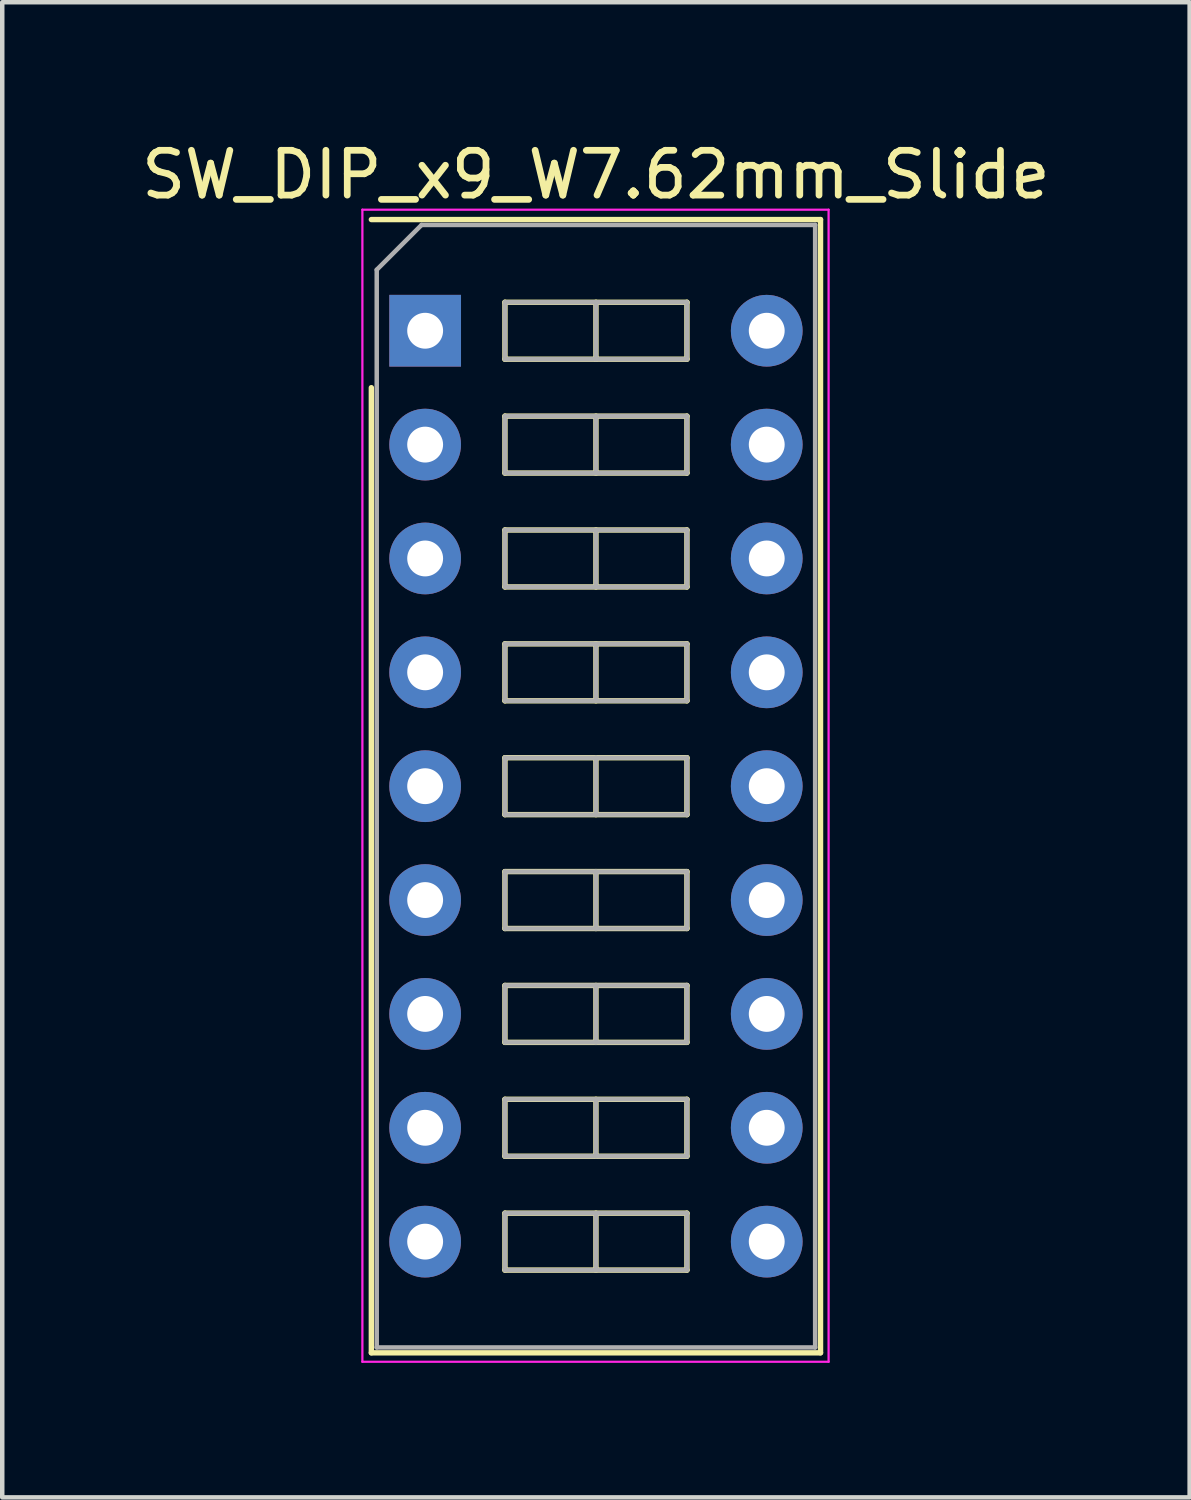
<source format=kicad_pcb>
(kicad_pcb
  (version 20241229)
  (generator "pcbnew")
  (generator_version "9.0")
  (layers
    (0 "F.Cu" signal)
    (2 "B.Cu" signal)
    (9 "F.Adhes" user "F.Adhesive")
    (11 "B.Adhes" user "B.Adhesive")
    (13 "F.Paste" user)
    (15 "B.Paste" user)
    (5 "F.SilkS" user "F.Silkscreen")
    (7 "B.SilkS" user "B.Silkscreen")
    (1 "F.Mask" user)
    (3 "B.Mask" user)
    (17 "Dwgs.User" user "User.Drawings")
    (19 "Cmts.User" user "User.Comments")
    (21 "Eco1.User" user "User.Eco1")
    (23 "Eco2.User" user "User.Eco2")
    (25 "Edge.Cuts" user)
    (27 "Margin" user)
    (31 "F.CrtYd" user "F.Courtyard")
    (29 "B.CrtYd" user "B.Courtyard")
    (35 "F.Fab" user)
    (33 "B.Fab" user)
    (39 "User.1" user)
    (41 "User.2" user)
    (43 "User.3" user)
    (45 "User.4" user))
  (footprint "SW_DIP_x9_W7.62mm_Slide"
    (layer "F.Cu")
    (at 6.434 4.328)
    (property "Reference" "SW_DIP_x9_W7.62mm_Slide" (at 3.81 -3.48 0) (layer "F.SilkS") (effects (font (size 1 1) (thickness 0.15))))
    (attr through_hole)
    (fp_line (start -1.2 -2.48) (end 8.82 -2.48) (stroke (width 0.12) (type solid)) (layer "F.SilkS"))
    (fp_line (start -1.2 22.8) (end -1.2 1.27) (stroke (width 0.12) (type solid)) (layer "F.SilkS"))
    (fp_line (start 1.78 -0.635) (end 1.78 0.635) (stroke (width 0.12) (type solid)) (layer "F.SilkS"))
    (fp_line (start 1.78 0.635) (end 5.84 0.635) (stroke (width 0.12) (type solid)) (layer "F.SilkS"))
    (fp_line (start 1.78 1.905) (end 1.78 3.175) (stroke (width 0.12) (type solid)) (layer "F.SilkS"))
    (fp_line (start 1.78 3.175) (end 5.84 3.175) (stroke (width 0.12) (type solid)) (layer "F.SilkS"))
    (fp_line (start 1.78 4.445) (end 1.78 5.715) (stroke (width 0.12) (type solid)) (layer "F.SilkS"))
    (fp_line (start 1.78 5.715) (end 5.84 5.715) (stroke (width 0.12) (type solid)) (layer "F.SilkS"))
    (fp_line (start 1.78 6.985) (end 1.78 8.255) (stroke (width 0.12) (type solid)) (layer "F.SilkS"))
    (fp_line (start 1.78 8.255) (end 5.84 8.255) (stroke (width 0.12) (type solid)) (layer "F.SilkS"))
    (fp_line (start 1.78 9.525) (end 1.78 10.795) (stroke (width 0.12) (type solid)) (layer "F.SilkS"))
    (fp_line (start 1.78 10.795) (end 5.84 10.795) (stroke (width 0.12) (type solid)) (layer "F.SilkS"))
    (fp_line (start 1.78 12.065) (end 1.78 13.335) (stroke (width 0.12) (type solid)) (layer "F.SilkS"))
    (fp_line (start 1.78 13.335) (end 5.84 13.335) (stroke (width 0.12) (type solid)) (layer "F.SilkS"))
    (fp_line (start 1.78 14.605) (end 1.78 15.875) (stroke (width 0.12) (type solid)) (layer "F.SilkS"))
    (fp_line (start 1.78 15.875) (end 5.84 15.875) (stroke (width 0.12) (type solid)) (layer "F.SilkS"))
    (fp_line (start 1.78 17.145) (end 1.78 18.415) (stroke (width 0.12) (type solid)) (layer "F.SilkS"))
    (fp_line (start 1.78 18.415) (end 5.84 18.415) (stroke (width 0.12) (type solid)) (layer "F.SilkS"))
    (fp_line (start 1.78 19.685) (end 1.78 20.955) (stroke (width 0.12) (type solid)) (layer "F.SilkS"))
    (fp_line (start 1.78 20.955) (end 5.84 20.955) (stroke (width 0.12) (type solid)) (layer "F.SilkS"))
    (fp_line (start 3.81 -0.635) (end 3.81 0.635) (stroke (width 0.12) (type solid)) (layer "F.SilkS"))
    (fp_line (start 3.81 1.905) (end 3.81 3.175) (stroke (width 0.12) (type solid)) (layer "F.SilkS"))
    (fp_line (start 3.81 4.445) (end 3.81 5.715) (stroke (width 0.12) (type solid)) (layer "F.SilkS"))
    (fp_line (start 3.81 6.985) (end 3.81 8.255) (stroke (width 0.12) (type solid)) (layer "F.SilkS"))
    (fp_line (start 3.81 9.525) (end 3.81 10.795) (stroke (width 0.12) (type solid)) (layer "F.SilkS"))
    (fp_line (start 3.81 12.065) (end 3.81 13.335) (stroke (width 0.12) (type solid)) (layer "F.SilkS"))
    (fp_line (start 3.81 14.605) (end 3.81 15.875) (stroke (width 0.12) (type solid)) (layer "F.SilkS"))
    (fp_line (start 3.81 17.145) (end 3.81 18.415) (stroke (width 0.12) (type solid)) (layer "F.SilkS"))
    (fp_line (start 3.81 19.685) (end 3.81 20.955) (stroke (width 0.12) (type solid)) (layer "F.SilkS"))
    (fp_line (start 5.84 -0.635) (end 1.78 -0.635) (stroke (width 0.12) (type solid)) (layer "F.SilkS"))
    (fp_line (start 5.84 0.635) (end 5.84 -0.635) (stroke (width 0.12) (type solid)) (layer "F.SilkS"))
    (fp_line (start 5.84 1.905) (end 1.78 1.905) (stroke (width 0.12) (type solid)) (layer "F.SilkS"))
    (fp_line (start 5.84 3.175) (end 5.84 1.905) (stroke (width 0.12) (type solid)) (layer "F.SilkS"))
    (fp_line (start 5.84 4.445) (end 1.78 4.445) (stroke (width 0.12) (type solid)) (layer "F.SilkS"))
    (fp_line (start 5.84 5.715) (end 5.84 4.445) (stroke (width 0.12) (type solid)) (layer "F.SilkS"))
    (fp_line (start 5.84 6.985) (end 1.78 6.985) (stroke (width 0.12) (type solid)) (layer "F.SilkS"))
    (fp_line (start 5.84 8.255) (end 5.84 6.985) (stroke (width 0.12) (type solid)) (layer "F.SilkS"))
    (fp_line (start 5.84 9.525) (end 1.78 9.525) (stroke (width 0.12) (type solid)) (layer "F.SilkS"))
    (fp_line (start 5.84 10.795) (end 5.84 9.525) (stroke (width 0.12) (type solid)) (layer "F.SilkS"))
    (fp_line (start 5.84 12.065) (end 1.78 12.065) (stroke (width 0.12) (type solid)) (layer "F.SilkS"))
    (fp_line (start 5.84 13.335) (end 5.84 12.065) (stroke (width 0.12) (type solid)) (layer "F.SilkS"))
    (fp_line (start 5.84 14.605) (end 1.78 14.605) (stroke (width 0.12) (type solid)) (layer "F.SilkS"))
    (fp_line (start 5.84 15.875) (end 5.84 14.605) (stroke (width 0.12) (type solid)) (layer "F.SilkS"))
    (fp_line (start 5.84 17.145) (end 1.78 17.145) (stroke (width 0.12) (type solid)) (layer "F.SilkS"))
    (fp_line (start 5.84 18.415) (end 5.84 17.145) (stroke (width 0.12) (type solid)) (layer "F.SilkS"))
    (fp_line (start 5.84 19.685) (end 1.78 19.685) (stroke (width 0.12) (type solid)) (layer "F.SilkS"))
    (fp_line (start 5.84 20.955) (end 5.84 19.685) (stroke (width 0.12) (type solid)) (layer "F.SilkS"))
    (fp_line (start 8.82 -2.48) (end 8.82 22.8) (stroke (width 0.12) (type solid)) (layer "F.SilkS"))
    (fp_line (start 8.82 22.8) (end -1.2 22.8) (stroke (width 0.12) (type solid)) (layer "F.SilkS"))
    (fp_line (start -1.4 -2.7) (end -1.4 23) (stroke (width 0.05) (type solid)) (layer "F.CrtYd"))
    (fp_line (start -1.4 23) (end 9 23) (stroke (width 0.05) (type solid)) (layer "F.CrtYd"))
    (fp_line (start 9 -2.7) (end -1.4 -2.7) (stroke (width 0.05) (type solid)) (layer "F.CrtYd"))
    (fp_line (start 9 23) (end 9 -2.7) (stroke (width 0.05) (type solid)) (layer "F.CrtYd"))
    (fp_line (start -1.08 -1.36) (end -0.08 -2.36) (stroke (width 0.1) (type solid)) (layer "F.Fab"))
    (fp_line (start -1.08 22.68) (end -1.08 -1.36) (stroke (width 0.1) (type solid)) (layer "F.Fab"))
    (fp_line (start -0.08 -2.36) (end 8.7 -2.36) (stroke (width 0.1) (type solid)) (layer "F.Fab"))
    (fp_line (start 1.78 -0.635) (end 1.78 0.635) (stroke (width 0.1) (type solid)) (layer "F.Fab"))
    (fp_line (start 1.78 0.635) (end 5.84 0.635) (stroke (width 0.1) (type solid)) (layer "F.Fab"))
    (fp_line (start 1.78 1.905) (end 1.78 3.175) (stroke (width 0.1) (type solid)) (layer "F.Fab"))
    (fp_line (start 1.78 3.175) (end 5.84 3.175) (stroke (width 0.1) (type solid)) (layer "F.Fab"))
    (fp_line (start 1.78 4.445) (end 1.78 5.715) (stroke (width 0.1) (type solid)) (layer "F.Fab"))
    (fp_line (start 1.78 5.715) (end 5.84 5.715) (stroke (width 0.1) (type solid)) (layer "F.Fab"))
    (fp_line (start 1.78 6.985) (end 1.78 8.255) (stroke (width 0.1) (type solid)) (layer "F.Fab"))
    (fp_line (start 1.78 8.255) (end 5.84 8.255) (stroke (width 0.1) (type solid)) (layer "F.Fab"))
    (fp_line (start 1.78 9.525) (end 1.78 10.795) (stroke (width 0.1) (type solid)) (layer "F.Fab"))
    (fp_line (start 1.78 10.795) (end 5.84 10.795) (stroke (width 0.1) (type solid)) (layer "F.Fab"))
    (fp_line (start 1.78 12.065) (end 1.78 13.335) (stroke (width 0.1) (type solid)) (layer "F.Fab"))
    (fp_line (start 1.78 13.335) (end 5.84 13.335) (stroke (width 0.1) (type solid)) (layer "F.Fab"))
    (fp_line (start 1.78 14.605) (end 1.78 15.875) (stroke (width 0.1) (type solid)) (layer "F.Fab"))
    (fp_line (start 1.78 15.875) (end 5.84 15.875) (stroke (width 0.1) (type solid)) (layer "F.Fab"))
    (fp_line (start 1.78 17.145) (end 1.78 18.415) (stroke (width 0.1) (type solid)) (layer "F.Fab"))
    (fp_line (start 1.78 18.415) (end 5.84 18.415) (stroke (width 0.1) (type solid)) (layer "F.Fab"))
    (fp_line (start 1.78 19.685) (end 1.78 20.955) (stroke (width 0.1) (type solid)) (layer "F.Fab"))
    (fp_line (start 1.78 20.955) (end 5.84 20.955) (stroke (width 0.1) (type solid)) (layer "F.Fab"))
    (fp_line (start 3.81 -0.635) (end 3.81 0.635) (stroke (width 0.1) (type solid)) (layer "F.Fab"))
    (fp_line (start 3.81 1.905) (end 3.81 3.175) (stroke (width 0.1) (type solid)) (layer "F.Fab"))
    (fp_line (start 3.81 4.445) (end 3.81 5.715) (stroke (width 0.1) (type solid)) (layer "F.Fab"))
    (fp_line (start 3.81 6.985) (end 3.81 8.255) (stroke (width 0.1) (type solid)) (layer "F.Fab"))
    (fp_line (start 3.81 9.525) (end 3.81 10.795) (stroke (width 0.1) (type solid)) (layer "F.Fab"))
    (fp_line (start 3.81 12.065) (end 3.81 13.335) (stroke (width 0.1) (type solid)) (layer "F.Fab"))
    (fp_line (start 3.81 14.605) (end 3.81 15.875) (stroke (width 0.1) (type solid)) (layer "F.Fab"))
    (fp_line (start 3.81 17.145) (end 3.81 18.415) (stroke (width 0.1) (type solid)) (layer "F.Fab"))
    (fp_line (start 3.81 19.685) (end 3.81 20.955) (stroke (width 0.1) (type solid)) (layer "F.Fab"))
    (fp_line (start 5.84 -0.635) (end 1.78 -0.635) (stroke (width 0.1) (type solid)) (layer "F.Fab"))
    (fp_line (start 5.84 0.635) (end 5.84 -0.635) (stroke (width 0.1) (type solid)) (layer "F.Fab"))
    (fp_line (start 5.84 1.905) (end 1.78 1.905) (stroke (width 0.1) (type solid)) (layer "F.Fab"))
    (fp_line (start 5.84 3.175) (end 5.84 1.905) (stroke (width 0.1) (type solid)) (layer "F.Fab"))
    (fp_line (start 5.84 4.445) (end 1.78 4.445) (stroke (width 0.1) (type solid)) (layer "F.Fab"))
    (fp_line (start 5.84 5.715) (end 5.84 4.445) (stroke (width 0.1) (type solid)) (layer "F.Fab"))
    (fp_line (start 5.84 6.985) (end 1.78 6.985) (stroke (width 0.1) (type solid)) (layer "F.Fab"))
    (fp_line (start 5.84 8.255) (end 5.84 6.985) (stroke (width 0.1) (type solid)) (layer "F.Fab"))
    (fp_line (start 5.84 9.525) (end 1.78 9.525) (stroke (width 0.1) (type solid)) (layer "F.Fab"))
    (fp_line (start 5.84 10.795) (end 5.84 9.525) (stroke (width 0.1) (type solid)) (layer "F.Fab"))
    (fp_line (start 5.84 12.065) (end 1.78 12.065) (stroke (width 0.1) (type solid)) (layer "F.Fab"))
    (fp_line (start 5.84 13.335) (end 5.84 12.065) (stroke (width 0.1) (type solid)) (layer "F.Fab"))
    (fp_line (start 5.84 14.605) (end 1.78 14.605) (stroke (width 0.1) (type solid)) (layer "F.Fab"))
    (fp_line (start 5.84 15.875) (end 5.84 14.605) (stroke (width 0.1) (type solid)) (layer "F.Fab"))
    (fp_line (start 5.84 17.145) (end 1.78 17.145) (stroke (width 0.1) (type solid)) (layer "F.Fab"))
    (fp_line (start 5.84 18.415) (end 5.84 17.145) (stroke (width 0.1) (type solid)) (layer "F.Fab"))
    (fp_line (start 5.84 19.685) (end 1.78 19.685) (stroke (width 0.1) (type solid)) (layer "F.Fab"))
    (fp_line (start 5.84 20.955) (end 5.84 19.685) (stroke (width 0.1) (type solid)) (layer "F.Fab"))
    (fp_line (start 8.7 -2.36) (end 8.7 22.68) (stroke (width 0.1) (type solid)) (layer "F.Fab"))
    (fp_line (start 8.7 22.68) (end -1.08 22.68) (stroke (width 0.1) (type solid)) (layer "F.Fab"))
    (pad "1" thru_hole rect (at 0 0) (size 1.6 1.6) (drill 0.8) (layers "*.Cu" "*.Mask"))
    (pad "2" thru_hole oval (at 0 2.54) (size 1.6 1.6) (drill 0.8) (layers "*.Cu" "*.Mask"))
    (pad "3" thru_hole oval (at 0 5.08) (size 1.6 1.6) (drill 0.8) (layers "*.Cu" "*.Mask"))
    (pad "4" thru_hole oval (at 0 7.62) (size 1.6 1.6) (drill 0.8) (layers "*.Cu" "*.Mask"))
    (pad "5" thru_hole oval (at 0 10.16) (size 1.6 1.6) (drill 0.8) (layers "*.Cu" "*.Mask"))
    (pad "6" thru_hole oval (at 0 12.7) (size 1.6 1.6) (drill 0.8) (layers "*.Cu" "*.Mask"))
    (pad "7" thru_hole oval (at 0 15.24) (size 1.6 1.6) (drill 0.8) (layers "*.Cu" "*.Mask"))
    (pad "8" thru_hole oval (at 0 17.78) (size 1.6 1.6) (drill 0.8) (layers "*.Cu" "*.Mask"))
    (pad "9" thru_hole oval (at 0 20.32) (size 1.6 1.6) (drill 0.8) (layers "*.Cu" "*.Mask"))
    (pad "10" thru_hole oval (at 7.62 20.32) (size 1.6 1.6) (drill 0.8) (layers "*.Cu" "*.Mask"))
    (pad "11" thru_hole oval (at 7.62 17.78) (size 1.6 1.6) (drill 0.8) (layers "*.Cu" "*.Mask"))
    (pad "12" thru_hole oval (at 7.62 15.24) (size 1.6 1.6) (drill 0.8) (layers "*.Cu" "*.Mask"))
    (pad "13" thru_hole oval (at 7.62 12.7) (size 1.6 1.6) (drill 0.8) (layers "*.Cu" "*.Mask"))
    (pad "14" thru_hole oval (at 7.62 10.16) (size 1.6 1.6) (drill 0.8) (layers "*.Cu" "*.Mask"))
    (pad "15" thru_hole oval (at 7.62 7.62) (size 1.6 1.6) (drill 0.8) (layers "*.Cu" "*.Mask"))
    (pad "16" thru_hole oval (at 7.62 5.08) (size 1.6 1.6) (drill 0.8) (layers "*.Cu" "*.Mask"))
    (pad "17" thru_hole oval (at 7.62 2.54) (size 1.6 1.6) (drill 0.8) (layers "*.Cu" "*.Mask"))
    (pad "18" thru_hole oval (at 7.62 0) (size 1.6 1.6) (drill 0.8) (layers "*.Cu" "*.Mask")))
  (gr_rect
    (start -3 -3)
    (end 23.488 30.353)
    (stroke (width 0.1) (type default))
    (fill no)
    (layer "Edge.Cuts")))
</source>
